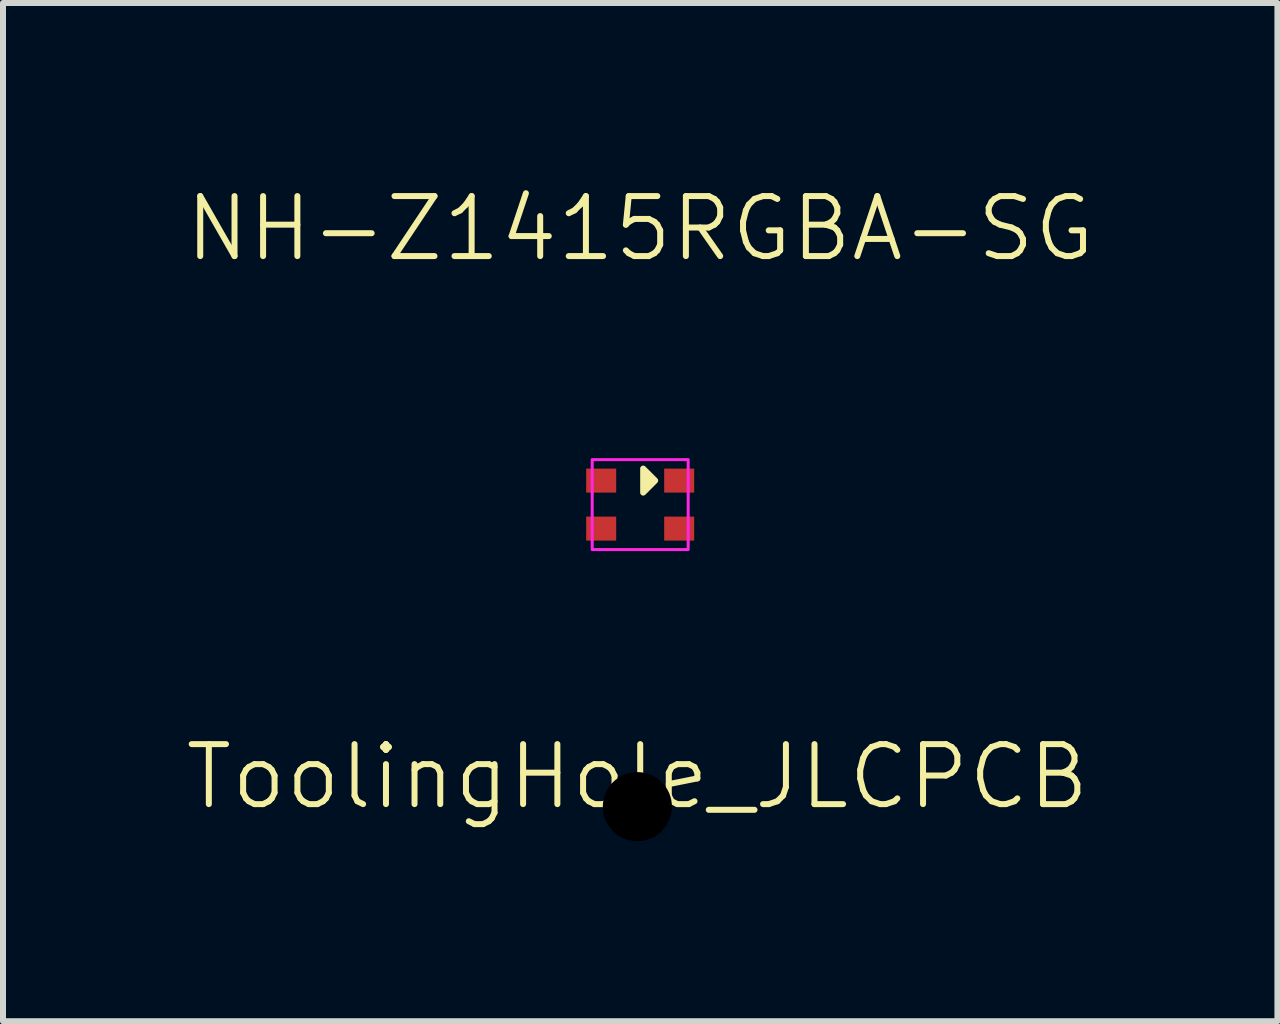
<source format=kicad_pcb>
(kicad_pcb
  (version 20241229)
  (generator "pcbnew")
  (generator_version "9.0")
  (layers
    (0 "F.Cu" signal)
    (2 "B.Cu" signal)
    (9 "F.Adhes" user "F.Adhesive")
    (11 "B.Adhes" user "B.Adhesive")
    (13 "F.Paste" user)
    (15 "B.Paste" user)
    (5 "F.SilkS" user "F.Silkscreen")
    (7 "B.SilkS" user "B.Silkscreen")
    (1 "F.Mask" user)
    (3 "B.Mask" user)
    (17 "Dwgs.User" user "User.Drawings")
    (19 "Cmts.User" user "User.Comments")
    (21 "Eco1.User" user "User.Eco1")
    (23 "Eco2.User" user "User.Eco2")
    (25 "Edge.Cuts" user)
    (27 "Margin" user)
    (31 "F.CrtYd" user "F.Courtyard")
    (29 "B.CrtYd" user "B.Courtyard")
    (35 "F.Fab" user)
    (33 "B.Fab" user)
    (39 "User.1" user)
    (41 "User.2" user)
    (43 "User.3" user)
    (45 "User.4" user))
  (footprint "ToolingHole_JLCPCB"
    (layer "F.Cu")
    (at 7.574 10.396)
    (property "Reference" "ToolingHole_JLCPCB" (at 0 -0.5 0) (unlocked yes) (layer "F.SilkS") (effects (font (size 1 1) (thickness 0.1))))
    (attr through_hole)
    (pad "" np_thru_hole circle (at 0 0) (size 1.152 1.152) (drill 1.152) (layers "*.Mask")))
  (footprint "NH-Z1415RGBA-SG"
    (layer "F.Cu")
    (at 7.621 5.361)
    (property "Reference" "NH-Z1415RGBA-SG" (at 0 -4.6 0) (unlocked yes) (layer "F.SilkS") (effects (font (size 1 1) (thickness 0.1))))
    (attr smd)
    (fp_poly (pts (xy 0.05 -0.6) (xy 0.05 -0.2) (xy 0.25 -0.4)) (stroke (width 0.1) (type solid)) (fill yes) (layer "F.SilkS"))
    (fp_rect (start -0.8 -0.75) (end 0.8 0.75) (stroke (width 0.05) (type default)) (fill no) (layer "F.CrtYd"))
    (pad "1" smd rect (at 0.65 -0.4) (size 0.5 0.4) (layers "F.Cu" "F.Mask" "F.Paste"))
    (pad "2" smd rect (at 0.65 0.4) (size 0.5 0.4) (layers "F.Cu" "F.Mask" "F.Paste"))
    (pad "3" smd rect (at -0.65 0.4) (size 0.5 0.4) (layers "F.Cu" "F.Mask" "F.Paste"))
    (pad "4" smd rect (at -0.65 -0.4) (size 0.5 0.4) (layers "F.Cu" "F.Mask" "F.Paste")))
  (gr_rect
    (start -3 -3)
    (end 18.243 13.972)
    (stroke (width 0.1) (type default))
    (fill no)
    (layer "Edge.Cuts")))
</source>
